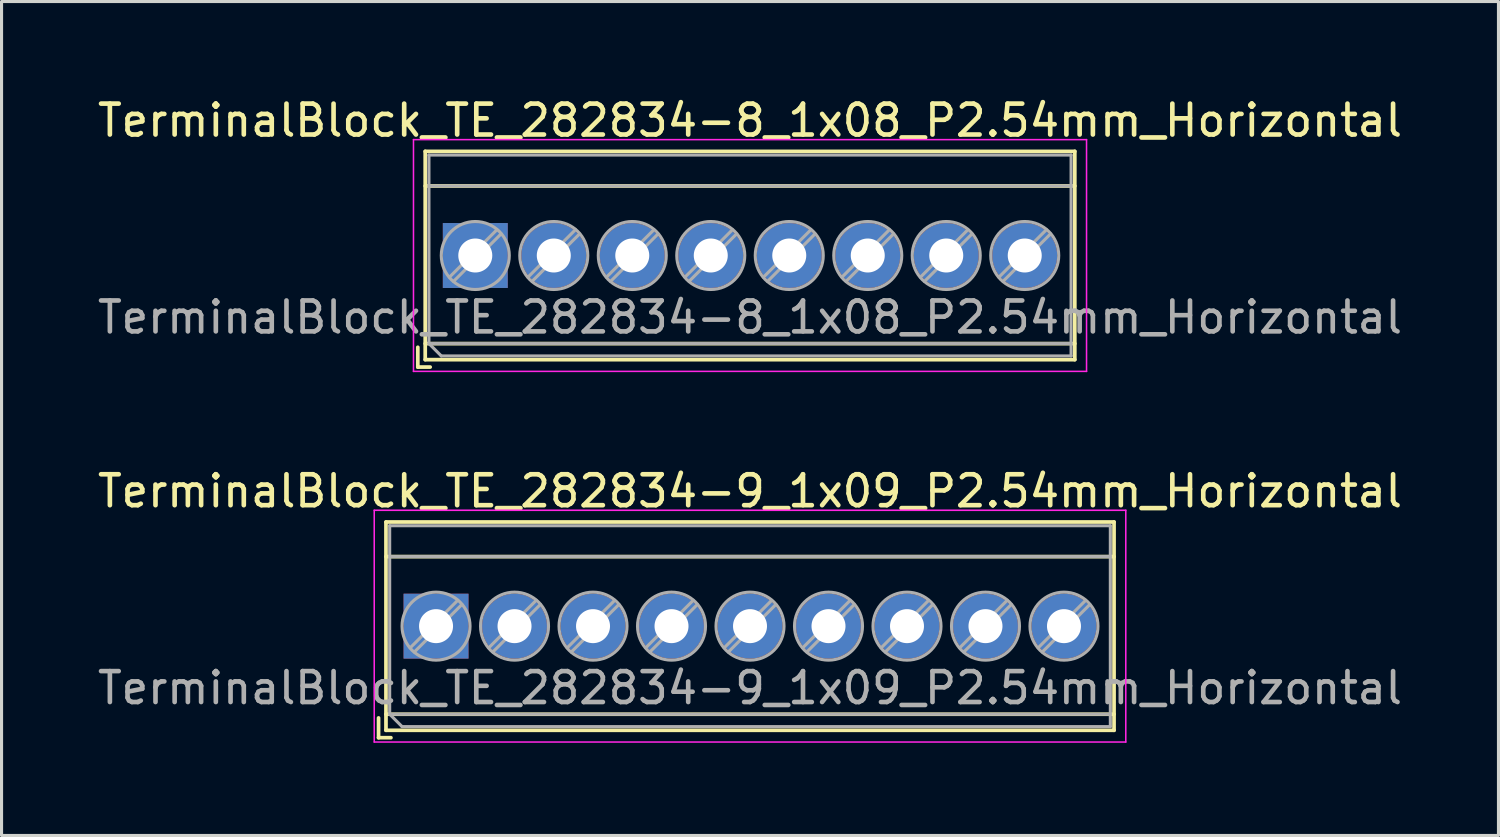
<source format=kicad_pcb>
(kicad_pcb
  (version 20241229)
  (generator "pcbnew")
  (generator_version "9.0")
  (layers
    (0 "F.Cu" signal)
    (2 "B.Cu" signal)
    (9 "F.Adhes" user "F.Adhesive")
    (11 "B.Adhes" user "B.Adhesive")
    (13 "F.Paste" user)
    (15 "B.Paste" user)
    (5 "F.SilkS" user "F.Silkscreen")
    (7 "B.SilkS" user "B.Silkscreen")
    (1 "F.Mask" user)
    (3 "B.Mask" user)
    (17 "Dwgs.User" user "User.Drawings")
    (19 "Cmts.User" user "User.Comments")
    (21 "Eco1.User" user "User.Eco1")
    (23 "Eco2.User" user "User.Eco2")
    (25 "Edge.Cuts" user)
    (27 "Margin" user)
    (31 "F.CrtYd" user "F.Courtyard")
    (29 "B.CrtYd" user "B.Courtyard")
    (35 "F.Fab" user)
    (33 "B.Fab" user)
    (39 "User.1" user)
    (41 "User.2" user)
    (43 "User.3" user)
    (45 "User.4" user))
  (footprint "TerminalBlock_TE_282834-8_1x08_P2.54mm_Horizontal"
    (layer "F.Cu")
    (at 12.33 5.218)
    (property "Reference" "TerminalBlock_TE_282834-8_1x08_P2.54mm_Horizontal" (at 8.89 -4.37 0) (layer "F.SilkS") (effects (font (size 1 1) (thickness 0.15))))
    (attr through_hole)
    (fp_line (start -1.86 2.97) (end -1.86 3.61) (stroke (width 0.12) (type solid)) (layer "F.SilkS"))
    (fp_line (start -1.86 3.61) (end -1.46 3.61) (stroke (width 0.12) (type solid)) (layer "F.SilkS"))
    (fp_line (start -1.62 -3.37) (end -1.62 3.37) (stroke (width 0.12) (type solid)) (layer "F.SilkS"))
    (fp_line (start -1.62 -3.37) (end 19.4 -3.37) (stroke (width 0.12) (type solid)) (layer "F.SilkS"))
    (fp_line (start -1.62 -2.25) (end 19.4 -2.25) (stroke (width 0.12) (type solid)) (layer "F.SilkS"))
    (fp_line (start -1.62 2.85) (end 19.4 2.85) (stroke (width 0.12) (type solid)) (layer "F.SilkS"))
    (fp_line (start -1.62 3.37) (end 19.4 3.37) (stroke (width 0.12) (type solid)) (layer "F.SilkS"))
    (fp_line (start 19.4 -3.37) (end 19.4 3.37) (stroke (width 0.12) (type solid)) (layer "F.SilkS"))
    (fp_line (start -2 -3.75) (end -2 3.75) (stroke (width 0.05) (type solid)) (layer "F.CrtYd"))
    (fp_line (start -2 3.75) (end 19.78 3.75) (stroke (width 0.05) (type solid)) (layer "F.CrtYd"))
    (fp_line (start 19.78 -3.75) (end -2 -3.75) (stroke (width 0.05) (type solid)) (layer "F.CrtYd"))
    (fp_line (start 19.78 3.75) (end 19.78 -3.75) (stroke (width 0.05) (type solid)) (layer "F.CrtYd"))
    (fp_line (start -1.5 -3.25) (end 19.28 -3.25) (stroke (width 0.1) (type solid)) (layer "F.Fab"))
    (fp_line (start -1.5 -2.25) (end 19.28 -2.25) (stroke (width 0.1) (type solid)) (layer "F.Fab"))
    (fp_line (start -1.5 2.85) (end -1.5 -3.25) (stroke (width 0.1) (type solid)) (layer "F.Fab"))
    (fp_line (start -1.5 2.85) (end 19.28 2.85) (stroke (width 0.1) (type solid)) (layer "F.Fab"))
    (fp_line (start -1.1 3.25) (end -1.5 2.85) (stroke (width 0.1) (type solid)) (layer "F.Fab"))
    (fp_line (start 0.701 -0.835) (end -0.835 0.7) (stroke (width 0.1) (type solid)) (layer "F.Fab"))
    (fp_line (start 0.835 -0.7) (end -0.701 0.835) (stroke (width 0.1) (type solid)) (layer "F.Fab"))
    (fp_line (start 3.241 -0.835) (end 1.706 0.7) (stroke (width 0.1) (type solid)) (layer "F.Fab"))
    (fp_line (start 3.375 -0.7) (end 1.84 0.835) (stroke (width 0.1) (type solid)) (layer "F.Fab"))
    (fp_line (start 5.781 -0.835) (end 4.246 0.7) (stroke (width 0.1) (type solid)) (layer "F.Fab"))
    (fp_line (start 5.915 -0.7) (end 4.38 0.835) (stroke (width 0.1) (type solid)) (layer "F.Fab"))
    (fp_line (start 8.321 -0.835) (end 6.786 0.7) (stroke (width 0.1) (type solid)) (layer "F.Fab"))
    (fp_line (start 8.455 -0.7) (end 6.92 0.835) (stroke (width 0.1) (type solid)) (layer "F.Fab"))
    (fp_line (start 10.861 -0.835) (end 9.326 0.7) (stroke (width 0.1) (type solid)) (layer "F.Fab"))
    (fp_line (start 10.995 -0.7) (end 9.46 0.835) (stroke (width 0.1) (type solid)) (layer "F.Fab"))
    (fp_line (start 13.401 -0.835) (end 11.866 0.7) (stroke (width 0.1) (type solid)) (layer "F.Fab"))
    (fp_line (start 13.535 -0.7) (end 12 0.835) (stroke (width 0.1) (type solid)) (layer "F.Fab"))
    (fp_line (start 15.941 -0.835) (end 14.406 0.7) (stroke (width 0.1) (type solid)) (layer "F.Fab"))
    (fp_line (start 16.075 -0.7) (end 14.54 0.835) (stroke (width 0.1) (type solid)) (layer "F.Fab"))
    (fp_line (start 18.481 -0.835) (end 16.946 0.7) (stroke (width 0.1) (type solid)) (layer "F.Fab"))
    (fp_line (start 18.615 -0.7) (end 17.08 0.835) (stroke (width 0.1) (type solid)) (layer "F.Fab"))
    (fp_line (start 19.28 -3.25) (end 19.28 3.25) (stroke (width 0.1) (type solid)) (layer "F.Fab"))
    (fp_line (start 19.28 3.25) (end -1.1 3.25) (stroke (width 0.1) (type solid)) (layer "F.Fab"))
    (fp_circle (center 0 0) (end 1.1 0) (stroke (width 0.1) (type solid)) (fill no) (layer "F.Fab"))
    (fp_circle (center 2.54 0) (end 3.64 0) (stroke (width 0.1) (type solid)) (fill no) (layer "F.Fab"))
    (fp_circle (center 5.08 0) (end 6.18 0) (stroke (width 0.1) (type solid)) (fill no) (layer "F.Fab"))
    (fp_circle (center 7.62 0) (end 8.72 0) (stroke (width 0.1) (type solid)) (fill no) (layer "F.Fab"))
    (fp_circle (center 10.16 0) (end 11.26 0) (stroke (width 0.1) (type solid)) (fill no) (layer "F.Fab"))
    (fp_circle (center 12.7 0) (end 13.8 0) (stroke (width 0.1) (type solid)) (fill no) (layer "F.Fab"))
    (fp_circle (center 15.24 0) (end 16.34 0) (stroke (width 0.1) (type solid)) (fill no) (layer "F.Fab"))
    (fp_circle (center 17.78 0) (end 18.88 0) (stroke (width 0.1) (type solid)) (fill no) (layer "F.Fab"))
    (fp_text user "${REFERENCE}" (at 8.89 2 0) (layer "F.Fab") (effects (font (size 1 1) (thickness 0.15))))
    (pad "1" thru_hole rect (at 0 0) (size 2.1 2.1) (drill 1.1) (layers "*.Cu" "*.Mask"))
    (pad "2" thru_hole circle (at 2.54 0) (size 2.1 2.1) (drill 1.1) (layers "*.Cu" "*.Mask"))
    (pad "3" thru_hole circle (at 5.08 0) (size 2.1 2.1) (drill 1.1) (layers "*.Cu" "*.Mask"))
    (pad "4" thru_hole circle (at 7.62 0) (size 2.1 2.1) (drill 1.1) (layers "*.Cu" "*.Mask"))
    (pad "5" thru_hole circle (at 10.16 0) (size 2.1 2.1) (drill 1.1) (layers "*.Cu" "*.Mask"))
    (pad "6" thru_hole circle (at 12.7 0) (size 2.1 2.1) (drill 1.1) (layers "*.Cu" "*.Mask"))
    (pad "7" thru_hole circle (at 15.24 0) (size 2.1 2.1) (drill 1.1) (layers "*.Cu" "*.Mask"))
    (pad "8" thru_hole circle (at 17.78 0) (size 2.1 2.1) (drill 1.1) (layers "*.Cu" "*.Mask")))
  (footprint "TerminalBlock_TE_282834-9_1x09_P2.54mm_Horizontal"
    (layer "F.Cu")
    (at 11.06 17.212)
    (property "Reference" "TerminalBlock_TE_282834-9_1x09_P2.54mm_Horizontal" (at 10.16 -4.37 0) (layer "F.SilkS") (effects (font (size 1 1) (thickness 0.15))))
    (attr through_hole)
    (fp_line (start -1.86 2.97) (end -1.86 3.61) (stroke (width 0.12) (type solid)) (layer "F.SilkS"))
    (fp_line (start -1.86 3.61) (end -1.46 3.61) (stroke (width 0.12) (type solid)) (layer "F.SilkS"))
    (fp_line (start -1.62 -3.37) (end -1.62 3.37) (stroke (width 0.12) (type solid)) (layer "F.SilkS"))
    (fp_line (start -1.62 -3.37) (end 21.94 -3.37) (stroke (width 0.12) (type solid)) (layer "F.SilkS"))
    (fp_line (start -1.62 -2.25) (end 21.94 -2.25) (stroke (width 0.12) (type solid)) (layer "F.SilkS"))
    (fp_line (start -1.62 2.85) (end 21.94 2.85) (stroke (width 0.12) (type solid)) (layer "F.SilkS"))
    (fp_line (start -1.62 3.37) (end 21.94 3.37) (stroke (width 0.12) (type solid)) (layer "F.SilkS"))
    (fp_line (start 21.94 -3.37) (end 21.94 3.37) (stroke (width 0.12) (type solid)) (layer "F.SilkS"))
    (fp_line (start -2 -3.75) (end -2 3.75) (stroke (width 0.05) (type solid)) (layer "F.CrtYd"))
    (fp_line (start -2 3.75) (end 22.32 3.75) (stroke (width 0.05) (type solid)) (layer "F.CrtYd"))
    (fp_line (start 22.32 -3.75) (end -2 -3.75) (stroke (width 0.05) (type solid)) (layer "F.CrtYd"))
    (fp_line (start 22.32 3.75) (end 22.32 -3.75) (stroke (width 0.05) (type solid)) (layer "F.CrtYd"))
    (fp_line (start -1.5 -3.25) (end 21.82 -3.25) (stroke (width 0.1) (type solid)) (layer "F.Fab"))
    (fp_line (start -1.5 -2.25) (end 21.82 -2.25) (stroke (width 0.1) (type solid)) (layer "F.Fab"))
    (fp_line (start -1.5 2.85) (end -1.5 -3.25) (stroke (width 0.1) (type solid)) (layer "F.Fab"))
    (fp_line (start -1.5 2.85) (end 21.82 2.85) (stroke (width 0.1) (type solid)) (layer "F.Fab"))
    (fp_line (start -1.1 3.25) (end -1.5 2.85) (stroke (width 0.1) (type solid)) (layer "F.Fab"))
    (fp_line (start 0.701 -0.835) (end -0.835 0.7) (stroke (width 0.1) (type solid)) (layer "F.Fab"))
    (fp_line (start 0.835 -0.7) (end -0.701 0.835) (stroke (width 0.1) (type solid)) (layer "F.Fab"))
    (fp_line (start 3.241 -0.835) (end 1.706 0.7) (stroke (width 0.1) (type solid)) (layer "F.Fab"))
    (fp_line (start 3.375 -0.7) (end 1.84 0.835) (stroke (width 0.1) (type solid)) (layer "F.Fab"))
    (fp_line (start 5.781 -0.835) (end 4.246 0.7) (stroke (width 0.1) (type solid)) (layer "F.Fab"))
    (fp_line (start 5.915 -0.7) (end 4.38 0.835) (stroke (width 0.1) (type solid)) (layer "F.Fab"))
    (fp_line (start 8.321 -0.835) (end 6.786 0.7) (stroke (width 0.1) (type solid)) (layer "F.Fab"))
    (fp_line (start 8.455 -0.7) (end 6.92 0.835) (stroke (width 0.1) (type solid)) (layer "F.Fab"))
    (fp_line (start 10.861 -0.835) (end 9.326 0.7) (stroke (width 0.1) (type solid)) (layer "F.Fab"))
    (fp_line (start 10.995 -0.7) (end 9.46 0.835) (stroke (width 0.1) (type solid)) (layer "F.Fab"))
    (fp_line (start 13.401 -0.835) (end 11.866 0.7) (stroke (width 0.1) (type solid)) (layer "F.Fab"))
    (fp_line (start 13.535 -0.7) (end 12 0.835) (stroke (width 0.1) (type solid)) (layer "F.Fab"))
    (fp_line (start 15.941 -0.835) (end 14.406 0.7) (stroke (width 0.1) (type solid)) (layer "F.Fab"))
    (fp_line (start 16.075 -0.7) (end 14.54 0.835) (stroke (width 0.1) (type solid)) (layer "F.Fab"))
    (fp_line (start 18.481 -0.835) (end 16.946 0.7) (stroke (width 0.1) (type solid)) (layer "F.Fab"))
    (fp_line (start 18.615 -0.7) (end 17.08 0.835) (stroke (width 0.1) (type solid)) (layer "F.Fab"))
    (fp_line (start 21.021 -0.835) (end 19.486 0.7) (stroke (width 0.1) (type solid)) (layer "F.Fab"))
    (fp_line (start 21.155 -0.7) (end 19.62 0.835) (stroke (width 0.1) (type solid)) (layer "F.Fab"))
    (fp_line (start 21.82 -3.25) (end 21.82 3.25) (stroke (width 0.1) (type solid)) (layer "F.Fab"))
    (fp_line (start 21.82 3.25) (end -1.1 3.25) (stroke (width 0.1) (type solid)) (layer "F.Fab"))
    (fp_circle (center 0 0) (end 1.1 0) (stroke (width 0.1) (type solid)) (fill no) (layer "F.Fab"))
    (fp_circle (center 2.54 0) (end 3.64 0) (stroke (width 0.1) (type solid)) (fill no) (layer "F.Fab"))
    (fp_circle (center 5.08 0) (end 6.18 0) (stroke (width 0.1) (type solid)) (fill no) (layer "F.Fab"))
    (fp_circle (center 7.62 0) (end 8.72 0) (stroke (width 0.1) (type solid)) (fill no) (layer "F.Fab"))
    (fp_circle (center 10.16 0) (end 11.26 0) (stroke (width 0.1) (type solid)) (fill no) (layer "F.Fab"))
    (fp_circle (center 12.7 0) (end 13.8 0) (stroke (width 0.1) (type solid)) (fill no) (layer "F.Fab"))
    (fp_circle (center 15.24 0) (end 16.34 0) (stroke (width 0.1) (type solid)) (fill no) (layer "F.Fab"))
    (fp_circle (center 17.78 0) (end 18.88 0) (stroke (width 0.1) (type solid)) (fill no) (layer "F.Fab"))
    (fp_circle (center 20.32 0) (end 21.42 0) (stroke (width 0.1) (type solid)) (fill no) (layer "F.Fab"))
    (fp_text user "${REFERENCE}" (at 10.16 2 0) (layer "F.Fab") (effects (font (size 1 1) (thickness 0.15))))
    (pad "1" thru_hole rect (at 0 0) (size 2.1 2.1) (drill 1.1) (layers "*.Cu" "*.Mask"))
    (pad "2" thru_hole circle (at 2.54 0) (size 2.1 2.1) (drill 1.1) (layers "*.Cu" "*.Mask"))
    (pad "3" thru_hole circle (at 5.08 0) (size 2.1 2.1) (drill 1.1) (layers "*.Cu" "*.Mask"))
    (pad "4" thru_hole circle (at 7.62 0) (size 2.1 2.1) (drill 1.1) (layers "*.Cu" "*.Mask"))
    (pad "5" thru_hole circle (at 10.16 0) (size 2.1 2.1) (drill 1.1) (layers "*.Cu" "*.Mask"))
    (pad "6" thru_hole circle (at 12.7 0) (size 2.1 2.1) (drill 1.1) (layers "*.Cu" "*.Mask"))
    (pad "7" thru_hole circle (at 15.24 0) (size 2.1 2.1) (drill 1.1) (layers "*.Cu" "*.Mask"))
    (pad "8" thru_hole circle (at 17.78 0) (size 2.1 2.1) (drill 1.1) (layers "*.Cu" "*.Mask"))
    (pad "9" thru_hole circle (at 20.32 0) (size 2.1 2.1) (drill 1.1) (layers "*.Cu" "*.Mask")))
  (gr_rect
    (start -3 -3)
    (end 45.44 23.986)
    (stroke (width 0.1) (type default))
    (fill no)
    (layer "Edge.Cuts")))
</source>
